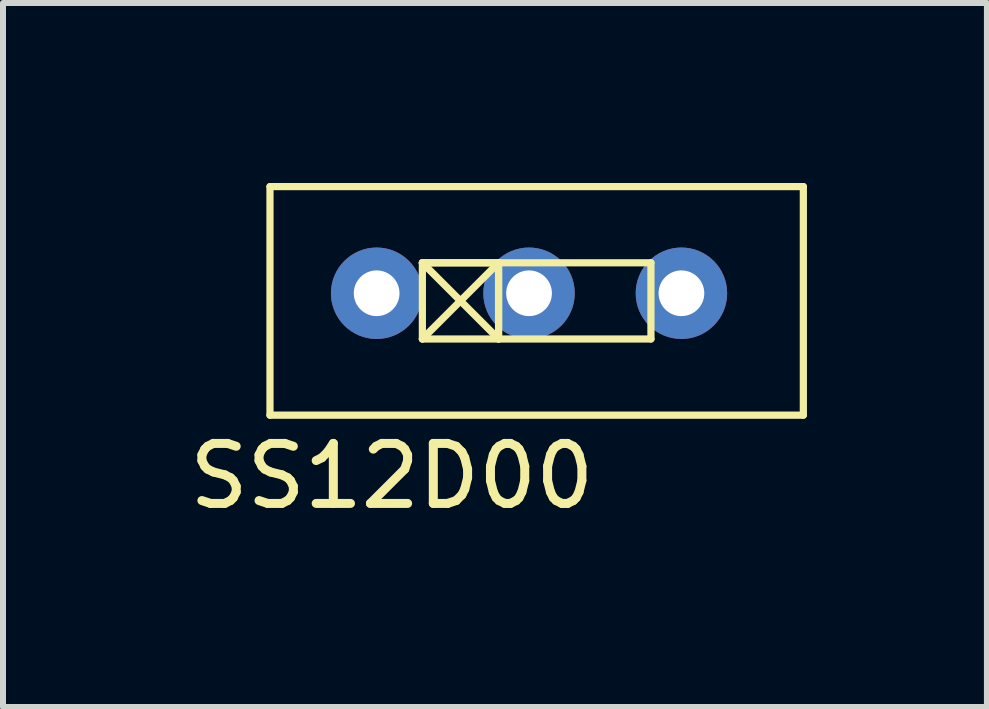
<source format=kicad_pcb>
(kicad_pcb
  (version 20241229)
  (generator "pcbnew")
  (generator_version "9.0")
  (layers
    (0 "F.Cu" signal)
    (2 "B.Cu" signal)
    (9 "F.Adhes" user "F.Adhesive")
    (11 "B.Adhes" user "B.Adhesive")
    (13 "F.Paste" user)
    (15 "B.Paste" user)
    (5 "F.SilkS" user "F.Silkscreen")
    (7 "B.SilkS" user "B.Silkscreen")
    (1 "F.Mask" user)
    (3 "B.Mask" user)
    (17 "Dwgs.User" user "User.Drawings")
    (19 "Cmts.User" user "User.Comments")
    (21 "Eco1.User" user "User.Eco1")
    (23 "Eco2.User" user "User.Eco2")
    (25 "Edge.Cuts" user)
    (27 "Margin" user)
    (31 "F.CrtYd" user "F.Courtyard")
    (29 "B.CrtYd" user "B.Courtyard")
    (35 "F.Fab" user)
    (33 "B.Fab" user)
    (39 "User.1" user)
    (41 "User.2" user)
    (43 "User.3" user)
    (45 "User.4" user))
  (footprint "SS12D00"
    (layer "F.Cu")
    (at 5.768 1.838)
    (property "Reference" "SS12D00" (at -2.286 3.048 0) (layer "F.SilkS") (effects (font (size 1 1) (thickness 0.15))))
    (attr through_hole)
    (fp_line (start -4.318 -1.778) (end 4.572 -1.778) (stroke (width 0.12) (type solid)) (layer "F.SilkS"))
    (fp_line (start -4.318 2.032) (end -4.318 -1.778) (stroke (width 0.12) (type solid)) (layer "F.SilkS"))
    (fp_line (start -1.778 -0.508) (end -0.508 -0.508) (stroke (width 0.12) (type solid)) (layer "F.SilkS"))
    (fp_line (start -1.778 -0.508) (end -0.508 0.762) (stroke (width 0.12) (type solid)) (layer "F.SilkS"))
    (fp_line (start -1.778 -0.508) (end 2.032 -0.508) (stroke (width 0.12) (type solid)) (layer "F.SilkS"))
    (fp_line (start -1.778 0.762) (end -1.778 -0.508) (stroke (width 0.12) (type solid)) (layer "F.SilkS"))
    (fp_line (start -0.508 -0.508) (end -1.778 0.762) (stroke (width 0.12) (type solid)) (layer "F.SilkS"))
    (fp_line (start -0.508 -0.508) (end -0.508 0.762) (stroke (width 0.12) (type solid)) (layer "F.SilkS"))
    (fp_line (start -0.508 0.762) (end -0.508 -0.508) (stroke (width 0.12) (type solid)) (layer "F.SilkS"))
    (fp_line (start 2.032 -0.508) (end 2.032 0.762) (stroke (width 0.12) (type solid)) (layer "F.SilkS"))
    (fp_line (start 2.032 0.762) (end -1.778 0.762) (stroke (width 0.12) (type solid)) (layer "F.SilkS"))
    (fp_line (start 4.572 -1.778) (end 4.572 2.032) (stroke (width 0.12) (type solid)) (layer "F.SilkS"))
    (fp_line (start 4.572 2.032) (end -4.318 2.032) (stroke (width 0.12) (type solid)) (layer "F.SilkS"))
    (pad "1" thru_hole circle (at -2.54 0) (size 1.524 1.524) (drill 0.762) (layers "*.Cu" "*.Mask"))
    (pad "2" thru_hole circle (at 0 0) (size 1.524 1.524) (drill 0.762) (layers "*.Cu" "*.Mask"))
    (pad "3" thru_hole circle (at 2.54 0) (size 1.524 1.524) (drill 0.762) (layers "*.Cu" "*.Mask")))
  (gr_rect
    (start -3 -3)
    (end 13.4 8.734)
    (stroke (width 0.1) (type default))
    (fill no)
    (layer "Edge.Cuts")))
</source>
